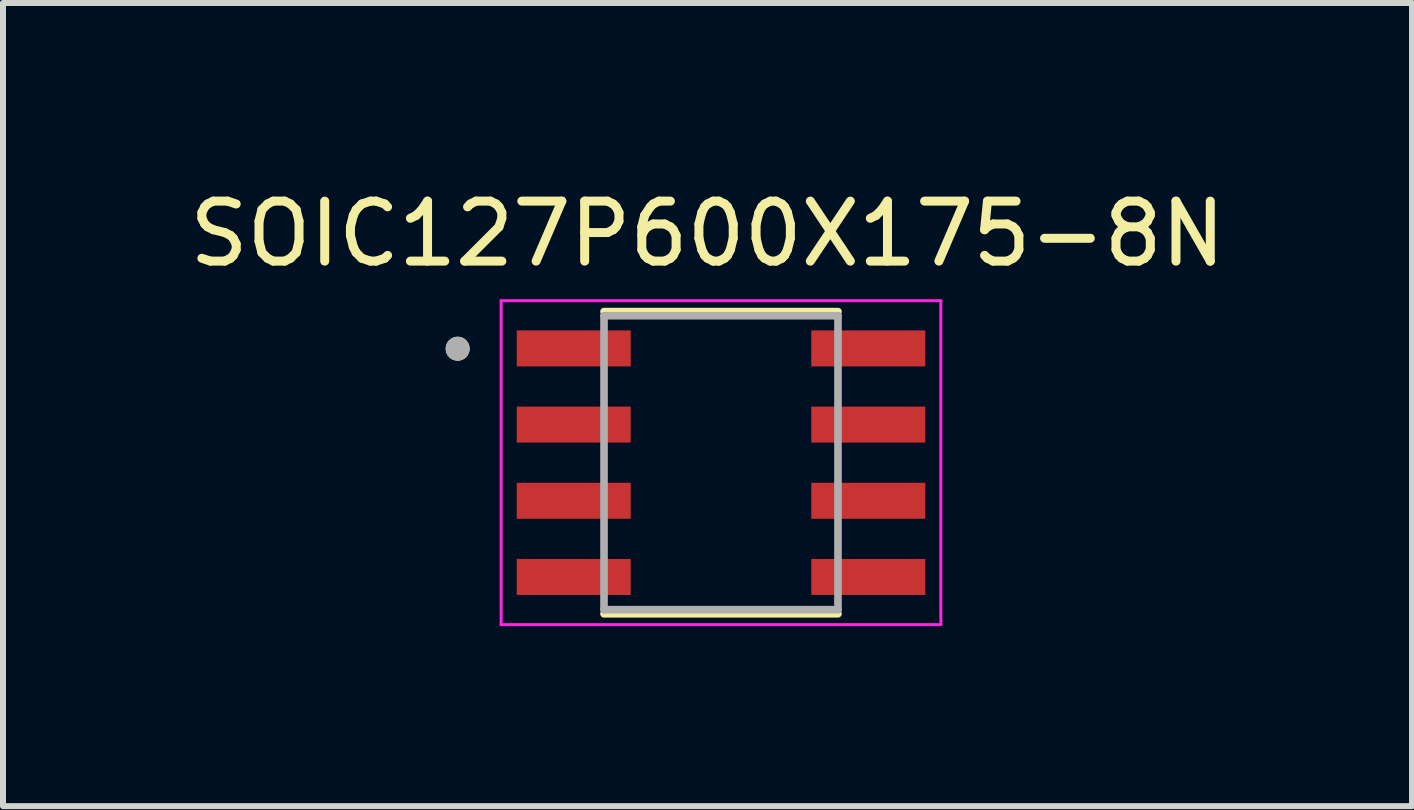
<source format=kicad_pcb>
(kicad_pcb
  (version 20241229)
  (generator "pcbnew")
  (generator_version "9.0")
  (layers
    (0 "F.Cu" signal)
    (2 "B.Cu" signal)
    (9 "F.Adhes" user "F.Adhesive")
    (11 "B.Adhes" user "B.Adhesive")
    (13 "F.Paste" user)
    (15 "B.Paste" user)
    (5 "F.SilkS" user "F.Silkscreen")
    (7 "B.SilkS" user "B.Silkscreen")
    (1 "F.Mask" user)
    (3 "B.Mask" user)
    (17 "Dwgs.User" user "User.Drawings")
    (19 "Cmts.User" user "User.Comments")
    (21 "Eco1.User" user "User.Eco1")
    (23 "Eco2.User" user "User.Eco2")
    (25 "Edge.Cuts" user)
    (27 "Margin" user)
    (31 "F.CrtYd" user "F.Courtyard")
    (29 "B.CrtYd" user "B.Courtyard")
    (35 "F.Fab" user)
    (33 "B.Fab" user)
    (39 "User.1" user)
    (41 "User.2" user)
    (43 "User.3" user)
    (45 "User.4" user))
  (footprint "SOIC127P600X175-8N"
    (layer "F.Cu")
    (at 8.969 4.663)
    (property "Reference" "SOIC127P600X175-8N" (at -0.225 -3.815 0) (layer "F.SilkS") (effects (font (size 1 1) (thickness 0.15))))
    (attr through_hole)
    (fp_line (start -1.95 -2.519) (end 1.95 -2.519) (stroke (width 0.127) (type solid)) (layer "F.SilkS"))
    (fp_line (start 1.95 2.519) (end -1.95 2.519) (stroke (width 0.127) (type solid)) (layer "F.SilkS"))
    (fp_circle (center -4.39 -1.9) (end -4.29 -1.9) (stroke (width 0.2) (type solid)) (fill no) (layer "F.SilkS"))
    (fp_line (start -3.665 -2.7) (end 3.665 -2.7) (stroke (width 0.05) (type solid)) (layer "F.CrtYd"))
    (fp_line (start -3.665 2.7) (end -3.665 -2.7) (stroke (width 0.05) (type solid)) (layer "F.CrtYd"))
    (fp_line (start 3.665 -2.7) (end 3.665 2.7) (stroke (width 0.05) (type solid)) (layer "F.CrtYd"))
    (fp_line (start 3.665 2.7) (end -3.665 2.7) (stroke (width 0.05) (type solid)) (layer "F.CrtYd"))
    (fp_line (start -1.95 -2.45) (end -1.95 2.45) (stroke (width 0.127) (type solid)) (layer "F.Fab"))
    (fp_line (start -1.95 2.45) (end 1.95 2.45) (stroke (width 0.127) (type solid)) (layer "F.Fab"))
    (fp_line (start 1.95 -2.45) (end -1.95 -2.45) (stroke (width 0.127) (type solid)) (layer "F.Fab"))
    (fp_line (start 1.95 2.45) (end 1.95 -2.45) (stroke (width 0.127) (type solid)) (layer "F.Fab"))
    (fp_circle (center -4.39 -1.9) (end -4.29 -1.9) (stroke (width 0.2) (type solid)) (fill no) (layer "F.Fab"))
    (pad "1" smd rect (at -2.455 -1.905) (size 1.9 0.6) (layers "F.Cu" "F.Mask" "F.Paste"))
    (pad "2" smd rect (at -2.455 -0.635) (size 1.9 0.6) (layers "F.Cu" "F.Mask" "F.Paste"))
    (pad "3" smd rect (at -2.455 0.635) (size 1.9 0.6) (layers "F.Cu" "F.Mask" "F.Paste"))
    (pad "4" smd rect (at -2.455 1.905) (size 1.9 0.6) (layers "F.Cu" "F.Mask" "F.Paste"))
    (pad "5" smd rect (at 2.455 1.905) (size 1.9 0.6) (layers "F.Cu" "F.Mask" "F.Paste"))
    (pad "6" smd rect (at 2.455 0.635) (size 1.9 0.6) (layers "F.Cu" "F.Mask" "F.Paste"))
    (pad "7" smd rect (at 2.455 -0.635) (size 1.9 0.6) (layers "F.Cu" "F.Mask" "F.Paste"))
    (pad "8" smd rect (at 2.455 -1.905) (size 1.9 0.6) (layers "F.Cu" "F.Mask" "F.Paste")))
  (gr_rect
    (start -3 -3)
    (end 20.488 10.388)
    (stroke (width 0.1) (type default))
    (fill no)
    (layer "Edge.Cuts")))
</source>
